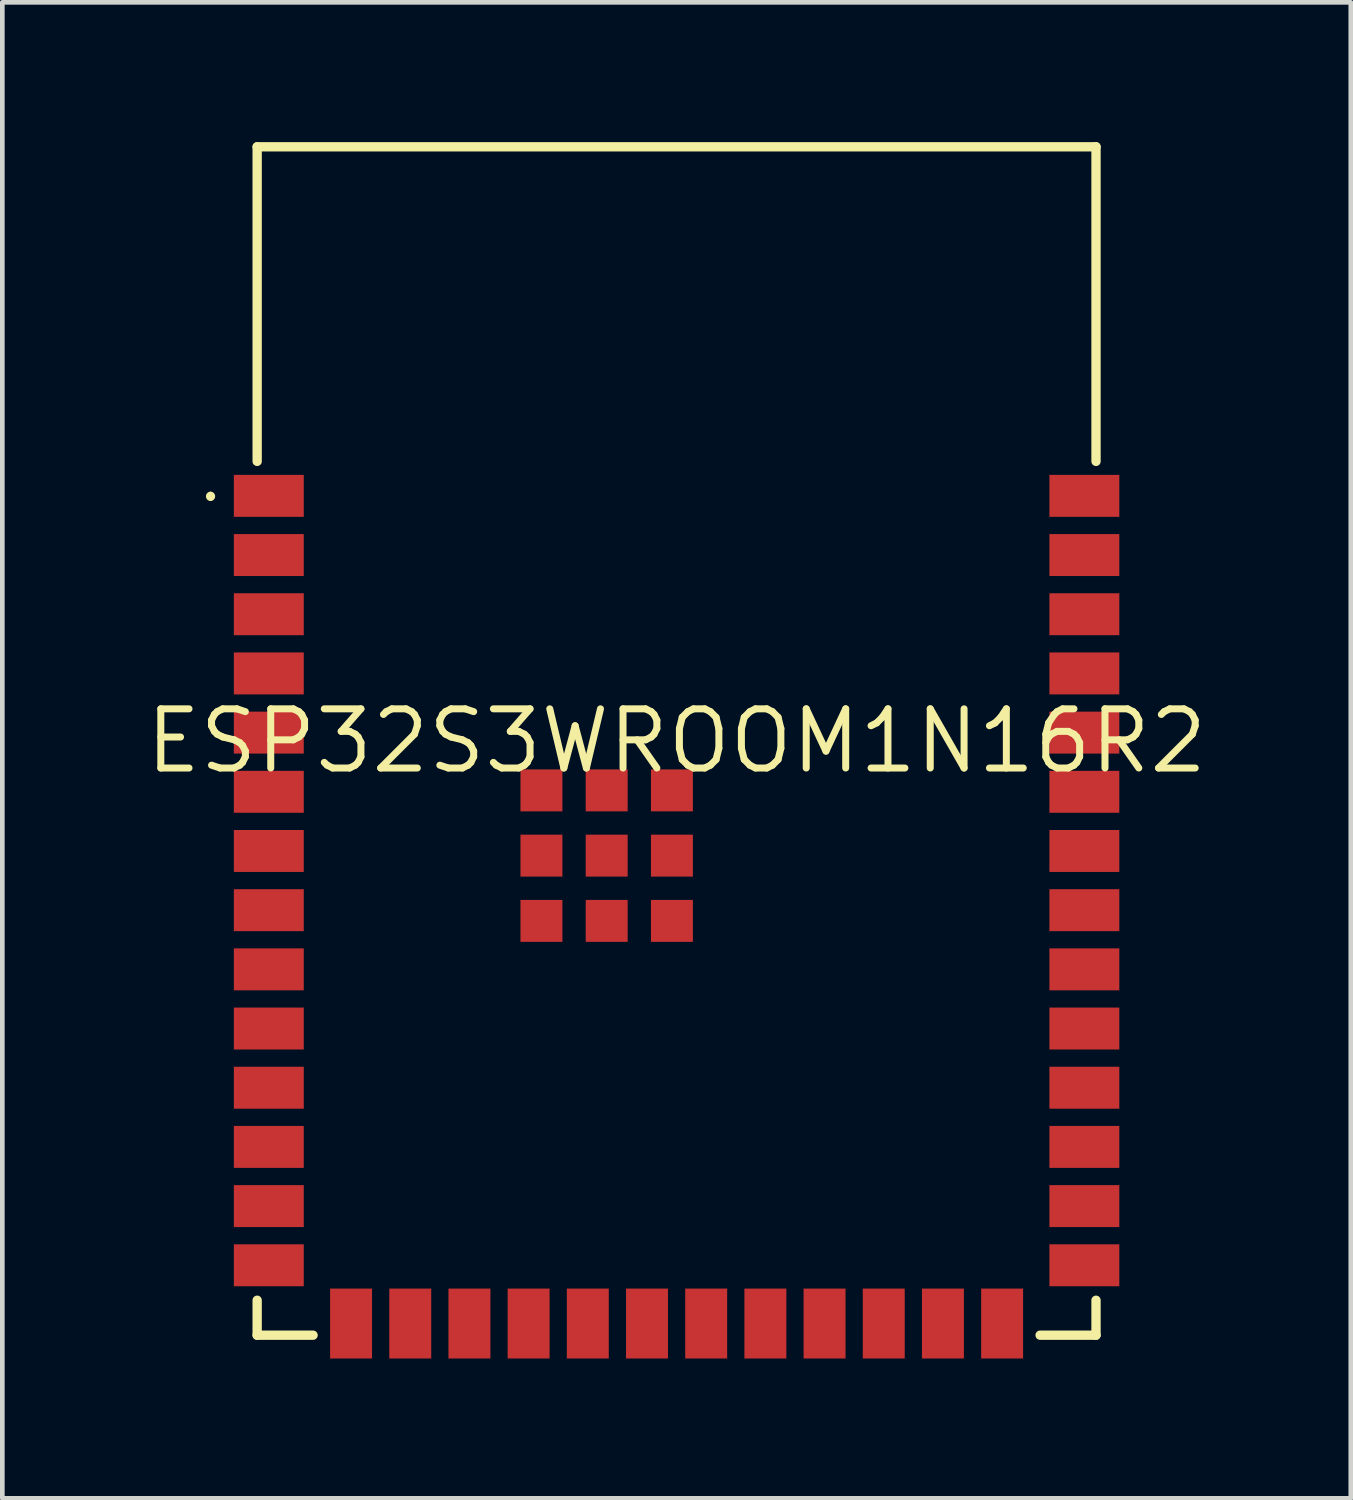
<source format=kicad_pcb>
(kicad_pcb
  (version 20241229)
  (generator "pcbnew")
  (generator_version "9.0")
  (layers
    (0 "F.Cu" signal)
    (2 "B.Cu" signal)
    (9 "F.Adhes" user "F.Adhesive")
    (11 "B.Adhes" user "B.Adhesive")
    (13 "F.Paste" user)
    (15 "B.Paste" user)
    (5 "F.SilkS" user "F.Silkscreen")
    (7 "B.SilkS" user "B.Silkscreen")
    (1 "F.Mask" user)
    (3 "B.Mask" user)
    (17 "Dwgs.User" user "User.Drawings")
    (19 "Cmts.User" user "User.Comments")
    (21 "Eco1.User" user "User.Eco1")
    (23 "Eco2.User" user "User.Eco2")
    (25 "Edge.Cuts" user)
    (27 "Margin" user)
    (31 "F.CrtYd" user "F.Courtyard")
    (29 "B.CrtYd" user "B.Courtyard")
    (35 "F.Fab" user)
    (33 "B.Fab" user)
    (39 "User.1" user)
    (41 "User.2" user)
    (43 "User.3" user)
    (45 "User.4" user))
  (footprint "ESP32S3WROOM1N16R2"
    (layer "F.Cu")
    (at 11.468 12.85)
    (property "Reference" "ESP32S3WROOM1N16R2" (at 0 0 0) (layer "F.SilkS") (effects (font (size 1.27 1.27) (thickness 0.15))))
    (fp_line (start -9 -12.75) (end 9 -12.75) (stroke (width 0.1) (type solid)) (layer "F.SilkS"))
    (fp_line (start -9 -12.75) (end 9 -12.75) (stroke (width 0.2) (type solid)) (layer "F.SilkS"))
    (fp_line (start -9 -6) (end -9 -12.75) (stroke (width 0.2) (type solid)) (layer "F.SilkS"))
    (fp_line (start -9 12.75) (end -9 12) (stroke (width 0.2) (type solid)) (layer "F.SilkS"))
    (fp_line (start -9 12.75) (end -7.8 12.75) (stroke (width 0.2) (type solid)) (layer "F.SilkS"))
    (fp_line (start 7.8 12.75) (end 9 12.75) (stroke (width 0.2) (type solid)) (layer "F.SilkS"))
    (fp_line (start 9 -6) (end 9 -12.75) (stroke (width 0.2) (type solid)) (layer "F.SilkS"))
    (fp_line (start 9 12.75) (end 9 12) (stroke (width 0.2) (type solid)) (layer "F.SilkS"))
    (fp_arc (start -10 -5.3) (mid -9.95 -5.25) (end -10 -5.2) (stroke (width 0.1) (type solid)) (layer "F.SilkS"))
    (fp_arc (start -10 -5.2) (mid -10.05 -5.25) (end -10 -5.3) (stroke (width 0.1) (type solid)) (layer "F.SilkS"))
    (pad "1" smd rect (at -8.75 -5.26) (size 1.5 0.9) (layers "F.Cu" "F.Mask" "F.Paste"))
    (pad "2" smd rect (at -8.75 -3.99) (size 1.5 0.9) (layers "F.Cu" "F.Mask" "F.Paste"))
    (pad "3" smd rect (at -8.75 -2.72) (size 1.5 0.9) (layers "F.Cu" "F.Mask" "F.Paste"))
    (pad "4" smd rect (at -8.75 -1.45) (size 1.5 0.9) (layers "F.Cu" "F.Mask" "F.Paste"))
    (pad "5" smd rect (at -8.75 -0.18) (size 1.5 0.9) (layers "F.Cu" "F.Mask" "F.Paste"))
    (pad "6" smd rect (at -8.75 1.09) (size 1.5 0.9) (layers "F.Cu" "F.Mask" "F.Paste"))
    (pad "7" smd rect (at -8.75 2.36) (size 1.5 0.9) (layers "F.Cu" "F.Mask" "F.Paste"))
    (pad "8" smd rect (at -8.75 3.63) (size 1.5 0.9) (layers "F.Cu" "F.Mask" "F.Paste"))
    (pad "9" smd rect (at -8.75 4.9) (size 1.5 0.9) (layers "F.Cu" "F.Mask" "F.Paste"))
    (pad "10" smd rect (at -8.75 6.17) (size 1.5 0.9) (layers "F.Cu" "F.Mask" "F.Paste"))
    (pad "11" smd rect (at -8.75 7.44) (size 1.5 0.9) (layers "F.Cu" "F.Mask" "F.Paste"))
    (pad "12" smd rect (at -8.75 8.71) (size 1.5 0.9) (layers "F.Cu" "F.Mask" "F.Paste"))
    (pad "13" smd rect (at -8.75 9.98) (size 1.5 0.9) (layers "F.Cu" "F.Mask" "F.Paste"))
    (pad "14" smd rect (at -8.75 11.25) (size 1.5 0.9) (layers "F.Cu" "F.Mask" "F.Paste"))
    (pad "15" smd rect (at -6.985 12.5 90) (size 1.5 0.9) (layers "F.Cu" "F.Mask" "F.Paste"))
    (pad "16" smd rect (at -5.715 12.5 90) (size 1.5 0.9) (layers "F.Cu" "F.Mask" "F.Paste"))
    (pad "17" smd rect (at -4.445 12.5 90) (size 1.5 0.9) (layers "F.Cu" "F.Mask" "F.Paste"))
    (pad "18" smd rect (at -3.175 12.5 90) (size 1.5 0.9) (layers "F.Cu" "F.Mask" "F.Paste"))
    (pad "19" smd rect (at -1.905 12.5 90) (size 1.5 0.9) (layers "F.Cu" "F.Mask" "F.Paste"))
    (pad "20" smd rect (at -0.635 12.5 90) (size 1.5 0.9) (layers "F.Cu" "F.Mask" "F.Paste"))
    (pad "21" smd rect (at 0.635 12.5 90) (size 1.5 0.9) (layers "F.Cu" "F.Mask" "F.Paste"))
    (pad "22" smd rect (at 1.905 12.5 90) (size 1.5 0.9) (layers "F.Cu" "F.Mask" "F.Paste"))
    (pad "23" smd rect (at 3.175 12.5 90) (size 1.5 0.9) (layers "F.Cu" "F.Mask" "F.Paste"))
    (pad "24" smd rect (at 4.445 12.5 90) (size 1.5 0.9) (layers "F.Cu" "F.Mask" "F.Paste"))
    (pad "25" smd rect (at 5.715 12.5 90) (size 1.5 0.9) (layers "F.Cu" "F.Mask" "F.Paste"))
    (pad "26" smd rect (at 6.985 12.5 90) (size 1.5 0.9) (layers "F.Cu" "F.Mask" "F.Paste"))
    (pad "27" smd rect (at 8.75 11.25) (size 1.5 0.9) (layers "F.Cu" "F.Mask" "F.Paste"))
    (pad "28" smd rect (at 8.75 9.98) (size 1.5 0.9) (layers "F.Cu" "F.Mask" "F.Paste"))
    (pad "29" smd rect (at 8.75 8.71) (size 1.5 0.9) (layers "F.Cu" "F.Mask" "F.Paste"))
    (pad "30" smd rect (at 8.75 7.44) (size 1.5 0.9) (layers "F.Cu" "F.Mask" "F.Paste"))
    (pad "31" smd rect (at 8.75 6.17) (size 1.5 0.9) (layers "F.Cu" "F.Mask" "F.Paste"))
    (pad "32" smd rect (at 8.75 4.9) (size 1.5 0.9) (layers "F.Cu" "F.Mask" "F.Paste"))
    (pad "33" smd rect (at 8.75 3.63) (size 1.5 0.9) (layers "F.Cu" "F.Mask" "F.Paste"))
    (pad "34" smd rect (at 8.75 2.36) (size 1.5 0.9) (layers "F.Cu" "F.Mask" "F.Paste"))
    (pad "35" smd rect (at 8.75 1.09) (size 1.5 0.9) (layers "F.Cu" "F.Mask" "F.Paste"))
    (pad "36" smd rect (at 8.75 -0.18) (size 1.5 0.9) (layers "F.Cu" "F.Mask" "F.Paste"))
    (pad "37" smd rect (at 8.75 -1.45) (size 1.5 0.9) (layers "F.Cu" "F.Mask" "F.Paste"))
    (pad "38" smd rect (at 8.75 -2.72) (size 1.5 0.9) (layers "F.Cu" "F.Mask" "F.Paste"))
    (pad "39" smd rect (at 8.75 -3.99) (size 1.5 0.9) (layers "F.Cu" "F.Mask" "F.Paste"))
    (pad "40" smd rect (at 8.75 -5.26) (size 1.5 0.9) (layers "F.Cu" "F.Mask" "F.Paste"))
    (pad "41" smd rect (at -1.5 2.46) (size 0.9 0.9) (layers "F.Cu" "F.Mask" "F.Paste"))
    (pad "42" smd rect (at -1.5 1.06) (size 0.9 0.9) (layers "F.Cu" "F.Mask" "F.Paste"))
    (pad "43" smd rect (at -2.9 1.06) (size 0.9 0.9) (layers "F.Cu" "F.Mask" "F.Paste"))
    (pad "44" smd rect (at -2.9 2.46) (size 0.9 0.9) (layers "F.Cu" "F.Mask" "F.Paste"))
    (pad "45" smd rect (at -2.9 3.86) (size 0.9 0.9) (layers "F.Cu" "F.Mask" "F.Paste"))
    (pad "46" smd rect (at -1.5 3.86) (size 0.9 0.9) (layers "F.Cu" "F.Mask" "F.Paste"))
    (pad "47" smd rect (at -0.1 3.86) (size 0.9 0.9) (layers "F.Cu" "F.Mask" "F.Paste"))
    (pad "48" smd rect (at -0.1 2.46) (size 0.9 0.9) (layers "F.Cu" "F.Mask" "F.Paste"))
    (pad "49" smd rect (at -0.1 1.06) (size 0.9 0.9) (layers "F.Cu" "F.Mask" "F.Paste")))
  (gr_rect
    (start -3 -3)
    (end 25.935 29.1)
    (stroke (width 0.1) (type default))
    (fill no)
    (layer "Edge.Cuts")))
</source>
